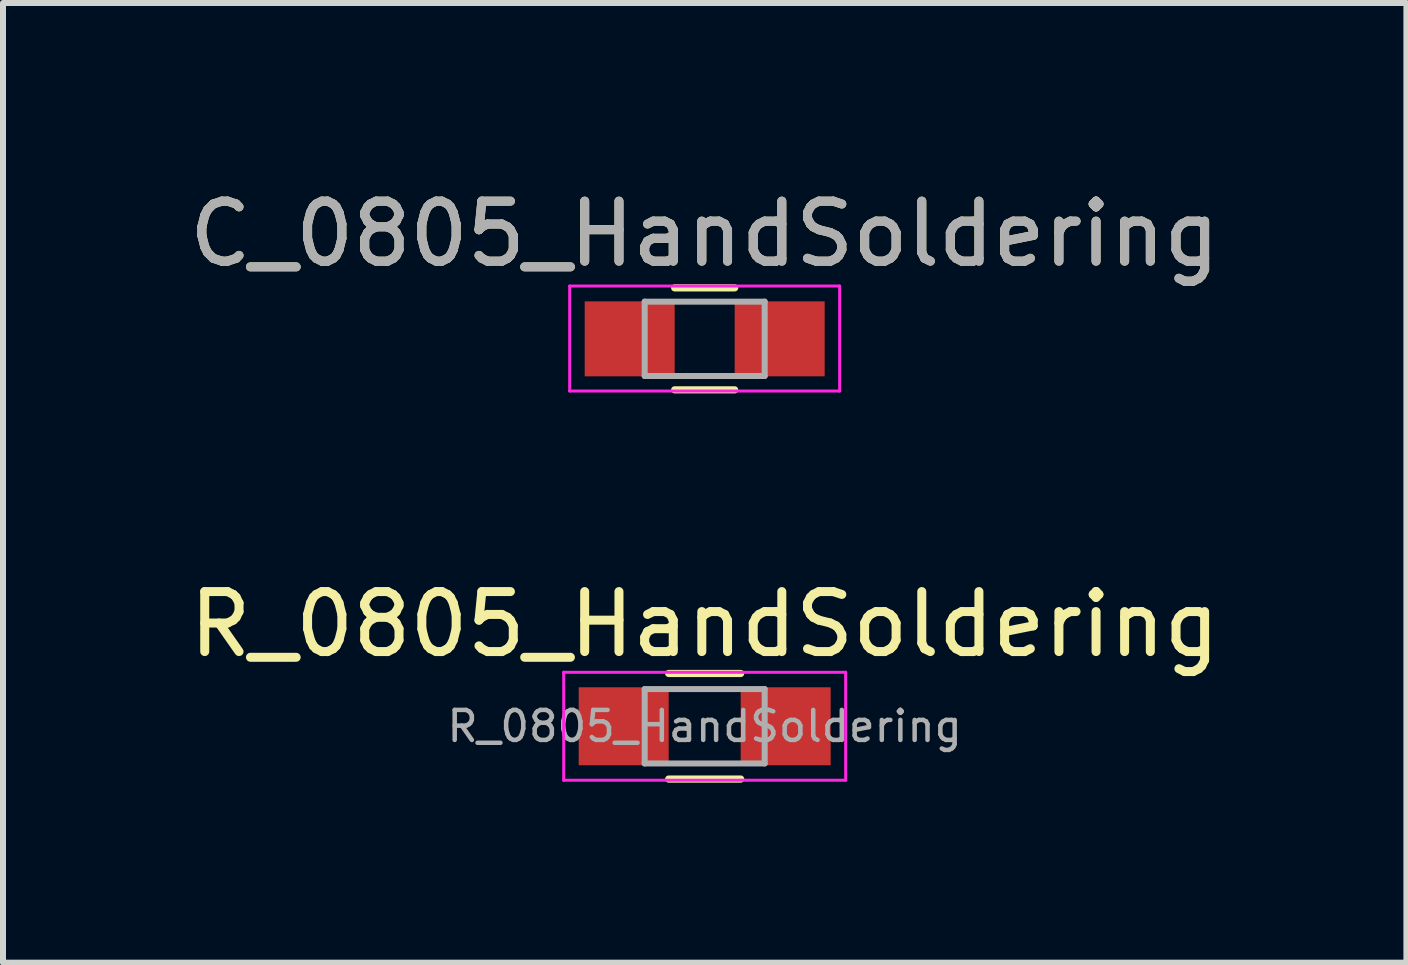
<source format=kicad_pcb>
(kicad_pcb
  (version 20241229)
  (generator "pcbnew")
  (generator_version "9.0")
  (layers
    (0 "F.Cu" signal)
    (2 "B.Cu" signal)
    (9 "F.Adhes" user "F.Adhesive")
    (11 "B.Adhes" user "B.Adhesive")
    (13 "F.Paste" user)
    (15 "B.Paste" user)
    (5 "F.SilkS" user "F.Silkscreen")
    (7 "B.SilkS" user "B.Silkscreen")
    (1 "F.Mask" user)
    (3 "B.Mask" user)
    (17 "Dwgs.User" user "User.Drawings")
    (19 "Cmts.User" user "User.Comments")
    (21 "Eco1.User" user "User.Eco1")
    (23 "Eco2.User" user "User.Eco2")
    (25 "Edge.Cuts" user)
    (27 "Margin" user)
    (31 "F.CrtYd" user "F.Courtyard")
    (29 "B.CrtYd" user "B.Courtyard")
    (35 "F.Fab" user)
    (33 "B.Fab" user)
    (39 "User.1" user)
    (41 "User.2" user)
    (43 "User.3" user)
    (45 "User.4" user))
  (footprint "R_0805_HandSoldering"
    (layer "F.Cu")
    (at 8.696 9.056)
    (property "Reference" "R_0805_HandSoldering" (at 0 -1.7 0) (layer "F.SilkS") (effects (font (size 1 1) (thickness 0.15))))
    (attr smd)
    (fp_line (start -0.6 -0.88) (end 0.6 -0.88) (stroke (width 0.12) (type solid)) (layer "F.SilkS"))
    (fp_line (start 0.6 0.88) (end -0.6 0.88) (stroke (width 0.12) (type solid)) (layer "F.SilkS"))
    (fp_line (start -2.35 -0.9) (end -2.35 0.9) (stroke (width 0.05) (type solid)) (layer "F.CrtYd"))
    (fp_line (start -2.35 -0.9) (end 2.35 -0.9) (stroke (width 0.05) (type solid)) (layer "F.CrtYd"))
    (fp_line (start 2.35 0.9) (end -2.35 0.9) (stroke (width 0.05) (type solid)) (layer "F.CrtYd"))
    (fp_line (start 2.35 0.9) (end 2.35 -0.9) (stroke (width 0.05) (type solid)) (layer "F.CrtYd"))
    (fp_line (start -1 -0.62) (end 1 -0.62) (stroke (width 0.1) (type solid)) (layer "F.Fab"))
    (fp_line (start -1 0.62) (end -1 -0.62) (stroke (width 0.1) (type solid)) (layer "F.Fab"))
    (fp_line (start 1 -0.62) (end 1 0.62) (stroke (width 0.1) (type solid)) (layer "F.Fab"))
    (fp_line (start 1 0.62) (end -1 0.62) (stroke (width 0.1) (type solid)) (layer "F.Fab"))
    (fp_text user "${REFERENCE}" (at 0 0 0) (layer "F.Fab") (effects (font (size 0.5 0.5) (thickness 0.075))))
    (pad "1" smd rect (at -1.35 0) (size 1.5 1.3) (layers "F.Cu" "F.Mask" "F.Paste"))
    (pad "2" smd rect (at 1.35 0) (size 1.5 1.3) (layers "F.Cu" "F.Mask" "F.Paste")))
  (footprint "C_0805_HandSoldering"
    (layer "F.Cu")
    (at 8.696 2.598)
    (property "Reference" "C_0805_HandSoldering" (at 0 -1.75 0) (layer "F.SilkS") (effects (font (size 1 1) (thickness 0.15))))
    (attr smd)
    (fp_line (start -0.5 0.85) (end 0.5 0.85) (stroke (width 0.12) (type solid)) (layer "F.SilkS"))
    (fp_line (start 0.5 -0.85) (end -0.5 -0.85) (stroke (width 0.12) (type solid)) (layer "F.SilkS"))
    (fp_line (start -2.25 -0.88) (end -2.25 0.87) (stroke (width 0.05) (type solid)) (layer "F.CrtYd"))
    (fp_line (start -2.25 -0.88) (end 2.25 -0.88) (stroke (width 0.05) (type solid)) (layer "F.CrtYd"))
    (fp_line (start 2.25 0.87) (end -2.25 0.87) (stroke (width 0.05) (type solid)) (layer "F.CrtYd"))
    (fp_line (start 2.25 0.87) (end 2.25 -0.88) (stroke (width 0.05) (type solid)) (layer "F.CrtYd"))
    (fp_line (start -1 -0.62) (end 1 -0.62) (stroke (width 0.1) (type solid)) (layer "F.Fab"))
    (fp_line (start -1 0.62) (end -1 -0.62) (stroke (width 0.1) (type solid)) (layer "F.Fab"))
    (fp_line (start 1 -0.62) (end 1 0.62) (stroke (width 0.1) (type solid)) (layer "F.Fab"))
    (fp_line (start 1 0.62) (end -1 0.62) (stroke (width 0.1) (type solid)) (layer "F.Fab"))
    (fp_text user "${REFERENCE}" (at 0 -1.75 0) (layer "F.Fab") (effects (font (size 1 1) (thickness 0.15))))
    (pad "1" smd rect (at -1.25 0) (size 1.5 1.25) (layers "F.Cu" "F.Mask" "F.Paste"))
    (pad "2" smd rect (at 1.25 0) (size 1.5 1.25) (layers "F.Cu" "F.Mask" "F.Paste")))
  (gr_rect
    (start -3 -3)
    (end 20.393 12.996)
    (stroke (width 0.1) (type default))
    (fill no)
    (layer "Edge.Cuts")))
</source>
